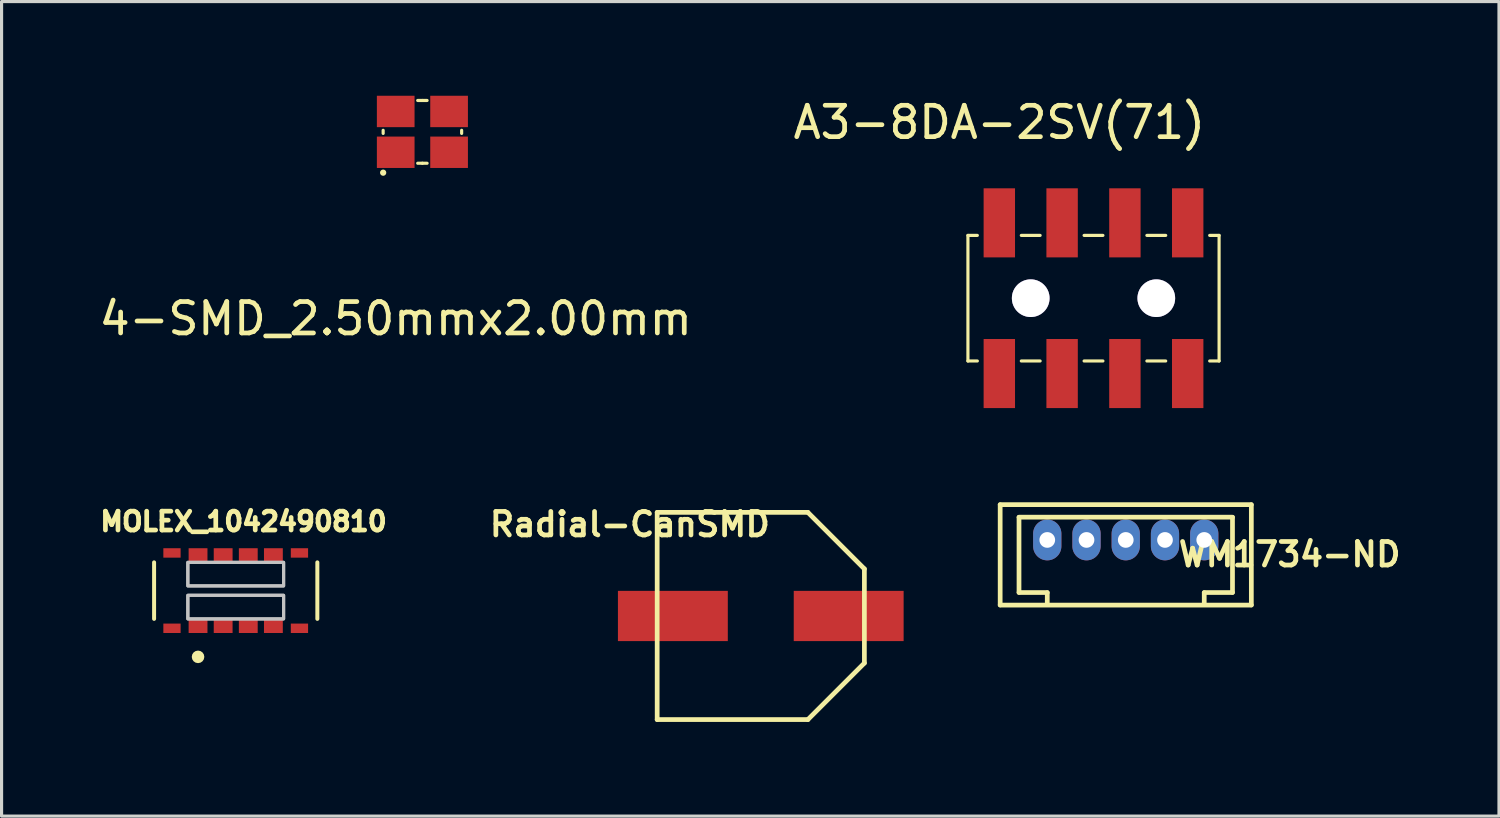
<source format=kicad_pcb>
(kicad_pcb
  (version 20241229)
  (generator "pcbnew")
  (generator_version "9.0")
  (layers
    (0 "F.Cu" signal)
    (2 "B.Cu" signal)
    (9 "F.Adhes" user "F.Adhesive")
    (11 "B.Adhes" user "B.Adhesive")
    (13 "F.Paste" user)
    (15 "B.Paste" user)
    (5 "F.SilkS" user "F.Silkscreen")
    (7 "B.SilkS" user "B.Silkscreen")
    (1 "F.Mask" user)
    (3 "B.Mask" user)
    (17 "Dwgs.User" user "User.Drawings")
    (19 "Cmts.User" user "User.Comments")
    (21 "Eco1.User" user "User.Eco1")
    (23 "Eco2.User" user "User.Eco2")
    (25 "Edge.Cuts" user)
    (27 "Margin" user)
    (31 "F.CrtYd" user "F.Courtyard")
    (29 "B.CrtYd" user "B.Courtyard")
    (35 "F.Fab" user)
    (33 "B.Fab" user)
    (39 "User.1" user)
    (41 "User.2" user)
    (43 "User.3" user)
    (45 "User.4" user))
  (footprint "4-SMD_2.50mmx2.00mm"
    (layer "F.Cu")
    (at 9.554 1.8)
    (property "Reference" "4-SMD_2.50mmx2.00mm" (at 0 5.3 0) (layer "F.SilkS") (effects (font (size 1 1) (thickness 0.15))))
    (attr through_hole)
    (fp_line (start -0.4 -0.7) (end -0.4 -0.6) (stroke (width 0.1) (type solid)) (layer "F.SilkS"))
    (fp_line (start 0.7 -1.65) (end 0.85 -1.65) (stroke (width 0.1) (type solid)) (layer "F.SilkS"))
    (fp_line (start 0.7 0.35) (end 0.85 0.35) (stroke (width 0.1) (type solid)) (layer "F.SilkS"))
    (fp_line (start 0.85 -1.65) (end 1 -1.65) (stroke (width 0.1) (type solid)) (layer "F.SilkS"))
    (fp_line (start 0.85 0.35) (end 1 0.35) (stroke (width 0.1) (type solid)) (layer "F.SilkS"))
    (fp_line (start 2.1 -0.7) (end 2.1 -0.6) (stroke (width 0.1) (type solid)) (layer "F.SilkS"))
    (fp_circle (center -0.4 0.65) (end -0.35 0.65) (stroke (width 0.1) (type solid)) (fill no) (layer "F.SilkS"))
    (pad "1" smd rect (at 0 0 90) (size 1 1.2) (layers "F.Cu" "F.Mask" "F.Paste"))
    (pad "2" smd rect (at 1.7 0 90) (size 1 1.2) (layers "F.Cu" "F.Mask" "F.Paste"))
    (pad "3" smd rect (at 1.7 -1.3 90) (size 1 1.2) (layers "F.Cu" "F.Mask" "F.Paste"))
    (pad "4" smd rect (at 0 -1.3 90) (size 1 1.2) (layers "F.Cu" "F.Mask" "F.Paste")))
  (footprint "MOLEX_1042490810"
    (layer "F.Cu")
    (at 4.458 15.762)
    (property "Reference" "MOLEX_1042490810" (at 0.25 -2.2 0) (layer "F.SilkS") (effects (font (size 0.6 0.6) (thickness 0.15))))
    (attr smd)
    (fp_poly (pts (xy -1.5 -1.35) (xy -0.9 -1.35) (xy -0.9 -0.9) (xy -1.5 -0.9)) (stroke (width 0) (type solid)) (fill yes) (layer "F.Mask"))
    (fp_poly (pts (xy -1.5 0.9) (xy -0.9 0.9) (xy -0.9 1.35) (xy -1.5 1.35)) (stroke (width 0) (type solid)) (fill yes) (layer "F.Mask"))
    (fp_poly (pts (xy -0.7 -1.35) (xy -0.1 -1.35) (xy -0.1 -0.9) (xy -0.7 -0.9)) (stroke (width 0) (type solid)) (fill yes) (layer "F.Mask"))
    (fp_poly (pts (xy -0.7 0.9) (xy -0.1 0.9) (xy -0.1 1.35) (xy -0.7 1.35)) (stroke (width 0) (type solid)) (fill yes) (layer "F.Mask"))
    (fp_poly (pts (xy 0.1 -1.35) (xy 0.7 -1.35) (xy 0.7 -0.9) (xy 0.1 -0.9)) (stroke (width 0) (type solid)) (fill yes) (layer "F.Mask"))
    (fp_poly (pts (xy 0.1 0.9) (xy 0.7 0.9) (xy 0.7 1.35) (xy 0.1 1.35)) (stroke (width 0) (type solid)) (fill yes) (layer "F.Mask"))
    (fp_poly (pts (xy 0.9 -1.35) (xy 1.5 -1.35) (xy 1.5 -0.9) (xy 0.9 -0.9)) (stroke (width 0) (type solid)) (fill yes) (layer "F.Mask"))
    (fp_poly (pts (xy 0.9 0.9) (xy 1.5 0.9) (xy 1.5 1.35) (xy 0.9 1.35)) (stroke (width 0) (type solid)) (fill yes) (layer "F.Mask"))
    (fp_line (start -2.6 -0.9) (end -2.6 0.9) (stroke (width 0.127) (type solid)) (layer "F.SilkS"))
    (fp_line (start 2.6 -0.9) (end 2.6 0.9) (stroke (width 0.127) (type solid)) (layer "F.SilkS"))
    (fp_circle (center -1.2 2.11) (end -1.1 2.11) (stroke (width 0.2) (type solid)) (fill no) (layer "F.SilkS"))
    (fp_poly (pts (xy -2.25 -1.32) (xy -1.81 -1.32) (xy -1.81 -1.08) (xy -2.25 -1.08)) (stroke (width 0) (type solid)) (fill yes) (layer "F.Paste"))
    (fp_poly (pts (xy -2.25 1.08) (xy -1.81 1.08) (xy -1.81 1.32) (xy -2.25 1.32)) (stroke (width 0) (type solid)) (fill yes) (layer "F.Paste"))
    (fp_poly (pts (xy -1.44 -1.305) (xy -0.96 -1.305) (xy -0.96 -0.945) (xy -1.44 -0.945)) (stroke (width 0) (type solid)) (fill yes) (layer "F.Paste"))
    (fp_poly (pts (xy -1.44 0.945) (xy -0.96 0.945) (xy -0.96 1.305) (xy -1.44 1.305)) (stroke (width 0) (type solid)) (fill yes) (layer "F.Paste"))
    (fp_poly (pts (xy -0.64 -1.305) (xy -0.16 -1.305) (xy -0.16 -0.945) (xy -0.64 -0.945)) (stroke (width 0) (type solid)) (fill yes) (layer "F.Paste"))
    (fp_poly (pts (xy -0.64 0.945) (xy -0.16 0.945) (xy -0.16 1.305) (xy -0.64 1.305)) (stroke (width 0) (type solid)) (fill yes) (layer "F.Paste"))
    (fp_poly (pts (xy 0.16 -1.305) (xy 0.64 -1.305) (xy 0.64 -0.945) (xy 0.16 -0.945)) (stroke (width 0) (type solid)) (fill yes) (layer "F.Paste"))
    (fp_poly (pts (xy 0.16 0.945) (xy 0.64 0.945) (xy 0.64 1.305) (xy 0.16 1.305)) (stroke (width 0) (type solid)) (fill yes) (layer "F.Paste"))
    (fp_poly (pts (xy 0.96 -1.305) (xy 1.44 -1.305) (xy 1.44 -0.945) (xy 0.96 -0.945)) (stroke (width 0) (type solid)) (fill yes) (layer "F.Paste"))
    (fp_poly (pts (xy 0.96 0.945) (xy 1.44 0.945) (xy 1.44 1.305) (xy 0.96 1.305)) (stroke (width 0) (type solid)) (fill yes) (layer "F.Paste"))
    (fp_poly (pts (xy 1.81 -1.32) (xy 2.25 -1.32) (xy 2.25 -1.08) (xy 1.81 -1.08)) (stroke (width 0) (type solid)) (fill yes) (layer "F.Paste"))
    (fp_poly (pts (xy 1.81 1.08) (xy 2.25 1.08) (xy 2.25 1.32) (xy 1.81 1.32)) (stroke (width 0) (type solid)) (fill yes) (layer "F.Paste"))
    (fp_poly (pts (xy -1.525 -0.9) (xy 1.525 -0.9) (xy 1.525 -0.15) (xy -1.525 -0.15)) (stroke (width 0.1) (type solid)) (fill no) (layer "Dwgs.User"))
    (fp_poly (pts (xy -1.525 -0.9) (xy 1.525 -0.9) (xy 1.525 -0.15) (xy -1.525 -0.15)) (stroke (width 0.1) (type solid)) (fill no) (layer "Dwgs.User"))
    (fp_poly (pts (xy 1.525 0.9) (xy -1.525 0.9) (xy -1.525 0.15) (xy 1.525 0.15)) (stroke (width 0.1) (type solid)) (fill no) (layer "Dwgs.User"))
    (fp_poly (pts (xy 1.525 0.9) (xy -1.525 0.9) (xy -1.525 0.15) (xy 1.525 0.15)) (stroke (width 0.1) (type solid)) (fill no) (layer "Dwgs.User"))
    (fp_line (start -2.85 -1.6) (end 2.85 -1.6) (stroke (width 0.05) (type solid)) (layer "Eco1.User"))
    (fp_line (start -2.85 1.6) (end -2.85 -1.6) (stroke (width 0.05) (type solid)) (layer "Eco1.User"))
    (fp_line (start 2.85 -1.6) (end 2.85 1.6) (stroke (width 0.05) (type solid)) (layer "Eco1.User"))
    (fp_line (start 2.85 1.6) (end -2.85 1.6) (stroke (width 0.05) (type solid)) (layer "Eco1.User"))
    (fp_line (start -2.6 -1.25) (end 2.6 -1.25) (stroke (width 0.127) (type solid)) (layer "Eco2.User"))
    (fp_line (start -2.6 1.25) (end -2.6 -1.25) (stroke (width 0.127) (type solid)) (layer "Eco2.User"))
    (fp_line (start 2.6 -1.25) (end 2.6 1.25) (stroke (width 0.127) (type solid)) (layer "Eco2.User"))
    (fp_line (start 2.6 1.25) (end -2.6 1.25) (stroke (width 0.127) (type solid)) (layer "Eco2.User"))
    (fp_circle (center -1.2 2.11) (end -1.1 2.11) (stroke (width 0.2) (type solid)) (fill no) (layer "Eco2.User"))
    (pad "1" smd rect (at -1.2 1.125) (size 0.6 0.45) (layers "F.Cu" "F.Mask" "F.Paste"))
    (pad "2" smd rect (at -1.2 -1.125) (size 0.6 0.45) (layers "F.Cu" "F.Mask" "F.Paste"))
    (pad "3" smd rect (at -0.4 1.125) (size 0.6 0.45) (layers "F.Cu" "F.Mask" "F.Paste"))
    (pad "4" smd rect (at -0.4 -1.125) (size 0.6 0.45) (layers "F.Cu" "F.Mask" "F.Paste"))
    (pad "5" smd rect (at 0.4 1.125) (size 0.6 0.45) (layers "F.Cu" "F.Mask" "F.Paste"))
    (pad "6" smd rect (at 0.4 -1.125) (size 0.6 0.45) (layers "F.Cu" "F.Mask" "F.Paste"))
    (pad "7" smd rect (at 1.2 1.125) (size 0.6 0.45) (layers "F.Cu" "F.Mask" "F.Paste"))
    (pad "8" smd rect (at 1.2 -1.125) (size 0.6 0.45) (layers "F.Cu" "F.Mask" "F.Paste"))
    (pad "S1" smd rect (at -2.03 -1.2) (size 0.55 0.3) (layers "F.Cu" "F.Mask" "F.Paste"))
    (pad "S2" smd rect (at 2.03 -1.2) (size 0.55 0.3) (layers "F.Cu" "F.Mask" "F.Paste"))
    (pad "S3" smd rect (at 2.03 1.2) (size 0.55 0.3) (layers "F.Cu" "F.Mask" "F.Paste"))
    (pad "S4" smd rect (at -2.03 1.2) (size 0.55 0.3) (layers "F.Cu" "F.Mask" "F.Paste")))
  (footprint "A3-8DA-2SV(71)"
    (layer "F.Cu")
    (at 28.78 4.048)
    (property "Reference" "A3-8DA-2SV(71)" (at 0 -3.2 0) (layer "F.SilkS") (effects (font (size 1 1) (thickness 0.15))))
    (attr through_hole)
    (fp_line (start -1 0.4) (end -0.7 0.4) (stroke (width 0.1) (type solid)) (layer "F.SilkS"))
    (fp_line (start -1 4.4) (end -1 0.4) (stroke (width 0.1) (type solid)) (layer "F.SilkS"))
    (fp_line (start -1 4.4) (end -0.7 4.4) (stroke (width 0.1) (type solid)) (layer "F.SilkS"))
    (fp_line (start 0.7 0.4) (end 1.3 0.4) (stroke (width 0.1) (type solid)) (layer "F.SilkS"))
    (fp_line (start 0.7 4.4) (end 1.3 4.4) (stroke (width 0.1) (type solid)) (layer "F.SilkS"))
    (fp_line (start 2.7 0.4) (end 3.3 0.4) (stroke (width 0.1) (type solid)) (layer "F.SilkS"))
    (fp_line (start 2.7 4.4) (end 3.3 4.4) (stroke (width 0.1) (type solid)) (layer "F.SilkS"))
    (fp_line (start 4.7 0.4) (end 5.3 0.4) (stroke (width 0.1) (type solid)) (layer "F.SilkS"))
    (fp_line (start 4.7 4.4) (end 5.3 4.4) (stroke (width 0.1) (type solid)) (layer "F.SilkS"))
    (fp_line (start 6.7 0.4) (end 7 0.4) (stroke (width 0.1) (type solid)) (layer "F.SilkS"))
    (fp_line (start 6.7 4.4) (end 7 4.4) (stroke (width 0.1) (type solid)) (layer "F.SilkS"))
    (fp_line (start 7 4.4) (end 7 0.4) (stroke (width 0.1) (type solid)) (layer "F.SilkS"))
    (pad "" thru_hole circle (at 1 2.4) (size 1.2 1.2) (drill 1.2) (layers "*.Cu" "*.Mask"))
    (pad "" thru_hole circle (at 5 2.4) (size 1.2 1.2) (drill 1.2) (layers "*.Cu" "*.Mask"))
    (pad "1" smd rect (at 0 4.8 90) (size 2.2 1) (layers "F.Cu" "F.Mask" "F.Paste"))
    (pad "2" smd rect (at 0 0 90) (size 2.2 1) (layers "F.Cu" "F.Mask" "F.Paste"))
    (pad "3" smd rect (at 2 4.8 90) (size 2.2 1) (layers "F.Cu" "F.Mask" "F.Paste"))
    (pad "4" smd rect (at 2 0 90) (size 2.2 1) (layers "F.Cu" "F.Mask" "F.Paste"))
    (pad "5" smd rect (at 4 4.8 90) (size 2.2 1) (layers "F.Cu" "F.Mask" "F.Paste"))
    (pad "6" smd rect (at 4 0 90) (size 2.2 1) (layers "F.Cu" "F.Mask" "F.Paste"))
    (pad "7" smd rect (at 6 4.8 90) (size 2.2 1) (layers "F.Cu" "F.Mask" "F.Paste"))
    (pad "8" smd rect (at 6 0 90) (size 2.2 1) (layers "F.Cu" "F.Mask" "F.Paste")))
  (footprint "WM1734-ND"
    (layer "F.Cu")
    (at 32.807 14.148)
    (property "Reference" "WM1734-ND" (at 5.22 0.46 0) (layer "F.SilkS") (effects (font (size 0.75 0.75) (thickness 0.15))))
    (attr through_hole)
    (fp_line (start -4 -1.125) (end 4 -1.125) (stroke (width 0.15) (type solid)) (layer "F.SilkS"))
    (fp_line (start -4 -1.12) (end -4 2.07) (stroke (width 0.15) (type solid)) (layer "F.SilkS"))
    (fp_line (start -4 2.075) (end 4 2.075) (stroke (width 0.15) (type solid)) (layer "F.SilkS"))
    (fp_line (start -3.4 -0.72) (end -3.4 1.67) (stroke (width 0.15) (type solid)) (layer "F.SilkS"))
    (fp_line (start -3.4 1.675) (end -2.5 1.675) (stroke (width 0.15) (type solid)) (layer "F.SilkS"))
    (fp_line (start -2.5 1.68) (end -2.5 2.02) (stroke (width 0.15) (type solid)) (layer "F.SilkS"))
    (fp_line (start 2.5 1.68) (end 2.5 2.05) (stroke (width 0.15) (type solid)) (layer "F.SilkS"))
    (fp_line (start 3.4 -0.725) (end -3.4 -0.725) (stroke (width 0.15) (type solid)) (layer "F.SilkS"))
    (fp_line (start 3.4 -0.72) (end 3.4 1.67) (stroke (width 0.15) (type solid)) (layer "F.SilkS"))
    (fp_line (start 3.4 1.675) (end 2.5 1.675) (stroke (width 0.15) (type solid)) (layer "F.SilkS"))
    (fp_line (start 4 -1.12) (end 4 2.07) (stroke (width 0.15) (type solid)) (layer "F.SilkS"))
    (pad "1" thru_hole oval (at -2.5 0) (size 0.9 1.3) (drill 0.5) (layers "*.Cu" "*.Mask"))
    (pad "2" thru_hole oval (at -1.25 0) (size 0.9 1.3) (drill 0.5) (layers "*.Cu" "*.Mask"))
    (pad "3" thru_hole oval (at 0 0) (size 0.9 1.3) (drill 0.5) (layers "*.Cu" "*.Mask"))
    (pad "4" thru_hole oval (at 1.25 0) (size 0.9 1.3) (drill 0.5) (layers "*.Cu" "*.Mask"))
    (pad "5" thru_hole oval (at 2.5 0) (size 0.9 1.3) (drill 0.5) (layers "*.Cu" "*.Mask")))
  (footprint "Radial-CanSMD"
    (layer "F.Cu")
    (at 21.182 16.57)
    (property "Reference" "Radial-CanSMD" (at -4.17 -2.92 0) (layer "F.SilkS") (effects (font (size 0.75 0.75) (thickness 0.15))))
    (attr smd)
    (fp_line (start -3.3 -3.3) (end -3.3 3.3) (stroke (width 0.15) (type solid)) (layer "F.SilkS"))
    (fp_line (start -3.3 3.3) (end 1.5 3.3) (stroke (width 0.15) (type solid)) (layer "F.SilkS"))
    (fp_line (start 1.5 -3.3) (end -3.3 -3.3) (stroke (width 0.15) (type solid)) (layer "F.SilkS"))
    (fp_line (start 1.5 -3.3) (end 3.3 -1.5) (stroke (width 0.15) (type solid)) (layer "F.SilkS"))
    (fp_line (start 1.5 3.3) (end 3.3 1.5) (stroke (width 0.15) (type solid)) (layer "F.SilkS"))
    (fp_line (start 3.3 1.5) (end 3.3 -1.5) (stroke (width 0.15) (type solid)) (layer "F.SilkS"))
    (pad "1" smd rect (at 2.8 0) (size 3.5 1.6) (layers "F.Cu" "F.Mask" "F.Paste"))
    (pad "2" smd rect (at -2.8 0) (size 3.5 1.6) (layers "F.Cu" "F.Mask" "F.Paste")))
  (gr_rect
    (start -3 -3)
    (end 44.695 22.945)
    (stroke (width 0.1) (type default))
    (fill no)
    (layer "Edge.Cuts")))
</source>
